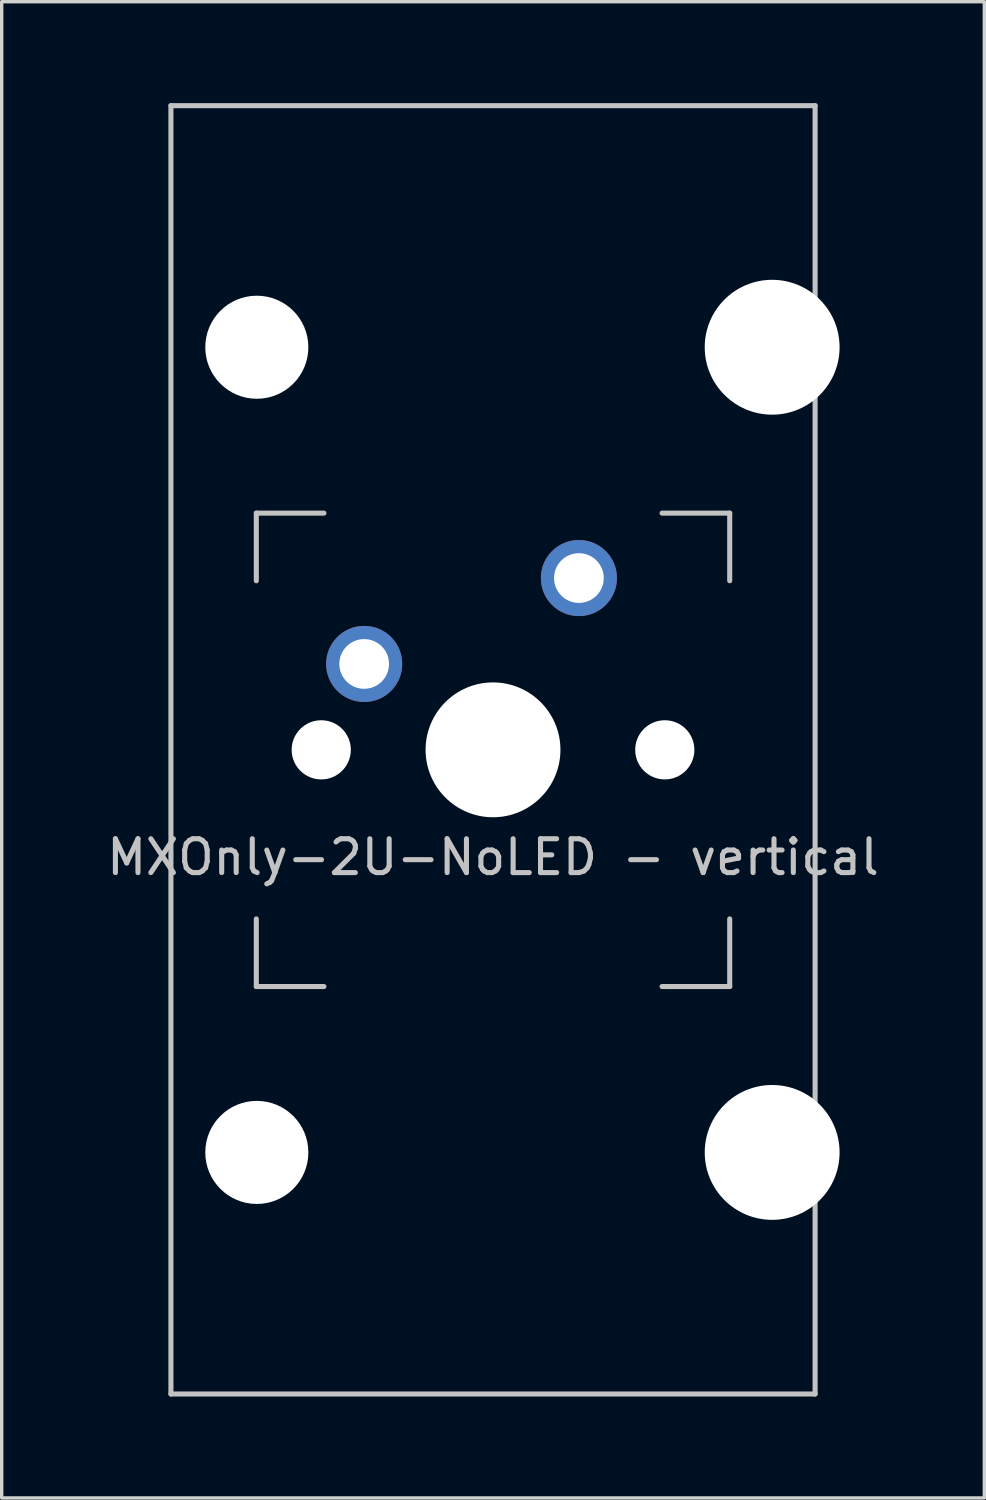
<source format=kicad_pcb>
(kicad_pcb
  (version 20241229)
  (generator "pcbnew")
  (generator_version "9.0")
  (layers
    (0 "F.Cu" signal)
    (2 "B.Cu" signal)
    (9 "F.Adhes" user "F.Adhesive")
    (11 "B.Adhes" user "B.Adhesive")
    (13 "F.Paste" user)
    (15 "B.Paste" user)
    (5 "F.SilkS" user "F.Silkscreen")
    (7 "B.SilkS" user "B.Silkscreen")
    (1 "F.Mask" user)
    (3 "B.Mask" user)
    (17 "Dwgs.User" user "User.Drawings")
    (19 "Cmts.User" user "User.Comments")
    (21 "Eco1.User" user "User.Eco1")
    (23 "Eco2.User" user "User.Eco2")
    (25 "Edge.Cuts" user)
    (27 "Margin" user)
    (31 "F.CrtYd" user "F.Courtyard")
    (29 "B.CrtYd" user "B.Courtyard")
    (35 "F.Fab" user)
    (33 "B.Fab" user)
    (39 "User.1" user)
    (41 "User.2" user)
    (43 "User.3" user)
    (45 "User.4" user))
  (footprint "MXOnly-2U-NoLED - vertical"
    (layer "F.Cu")
    (at 11.53 19.125)
    (property "Reference" "MXOnly-2U-NoLED - vertical" (at 0 3.175 0) (layer "Dwgs.User") (effects (font (size 1 1) (thickness 0.15))))
    (attr through_hole)
    (fp_line (start -9.525 -19.05) (end 9.525 -19.05) (stroke (width 0.15) (type solid)) (layer "Dwgs.User"))
    (fp_line (start -9.525 19.05) (end -9.525 -19.05) (stroke (width 0.15) (type solid)) (layer "Dwgs.User"))
    (fp_line (start -7 -7) (end -7 -5) (stroke (width 0.15) (type solid)) (layer "Dwgs.User"))
    (fp_line (start -7 5) (end -7 7) (stroke (width 0.15) (type solid)) (layer "Dwgs.User"))
    (fp_line (start -7 7) (end -5 7) (stroke (width 0.15) (type solid)) (layer "Dwgs.User"))
    (fp_line (start -5 -7) (end -7 -7) (stroke (width 0.15) (type solid)) (layer "Dwgs.User"))
    (fp_line (start 5 -7) (end 7 -7) (stroke (width 0.15) (type solid)) (layer "Dwgs.User"))
    (fp_line (start 5 7) (end 7 7) (stroke (width 0.15) (type solid)) (layer "Dwgs.User"))
    (fp_line (start 7 -7) (end 7 -5) (stroke (width 0.15) (type solid)) (layer "Dwgs.User"))
    (fp_line (start 7 7) (end 7 5) (stroke (width 0.15) (type solid)) (layer "Dwgs.User"))
    (fp_line (start 9.525 19.05) (end -9.525 19.05) (stroke (width 0.15) (type solid)) (layer "Dwgs.User"))
    (fp_line (start 9.525 19.05) (end 9.525 -19.05) (stroke (width 0.15) (type solid)) (layer "Dwgs.User"))
    (pad "" np_thru_hole circle (at -6.985 -11.906 90) (size 3.048 3.048) (drill 3.048) (layers "*.Cu" "*.Mask"))
    (pad "" np_thru_hole circle (at -6.985 11.906 90) (size 3.048 3.048) (drill 3.048) (layers "*.Cu" "*.Mask"))
    (pad "" np_thru_hole circle (at -5.08 0 48.1) (size 1.75 1.75) (drill 1.75) (layers "*.Cu" "*.Mask"))
    (pad "" np_thru_hole circle (at 0 0) (size 3.988 3.988) (drill 3.988) (layers "*.Cu" "*.Mask"))
    (pad "" np_thru_hole circle (at 5.08 0 48.1) (size 1.75 1.75) (drill 1.75) (layers "*.Cu" "*.Mask"))
    (pad "" np_thru_hole circle (at 8.255 -11.906 90) (size 3.988 3.988) (drill 3.988) (layers "*.Cu" "*.Mask"))
    (pad "" np_thru_hole circle (at 8.255 11.906 90) (size 3.988 3.988) (drill 3.988) (layers "*.Cu" "*.Mask"))
    (pad "1" thru_hole circle (at -3.81 -2.54) (size 2.25 2.25) (drill 1.47) (layers "*.Cu" "B.Mask"))
    (pad "2" thru_hole circle (at 2.54 -5.08) (size 2.25 2.25) (drill 1.47) (layers "*.Cu" "B.Mask")))
  (gr_rect
    (start -3 -3)
    (end 26.06 41.25)
    (stroke (width 0.1) (type default))
    (fill no)
    (layer "Edge.Cuts")))
</source>
